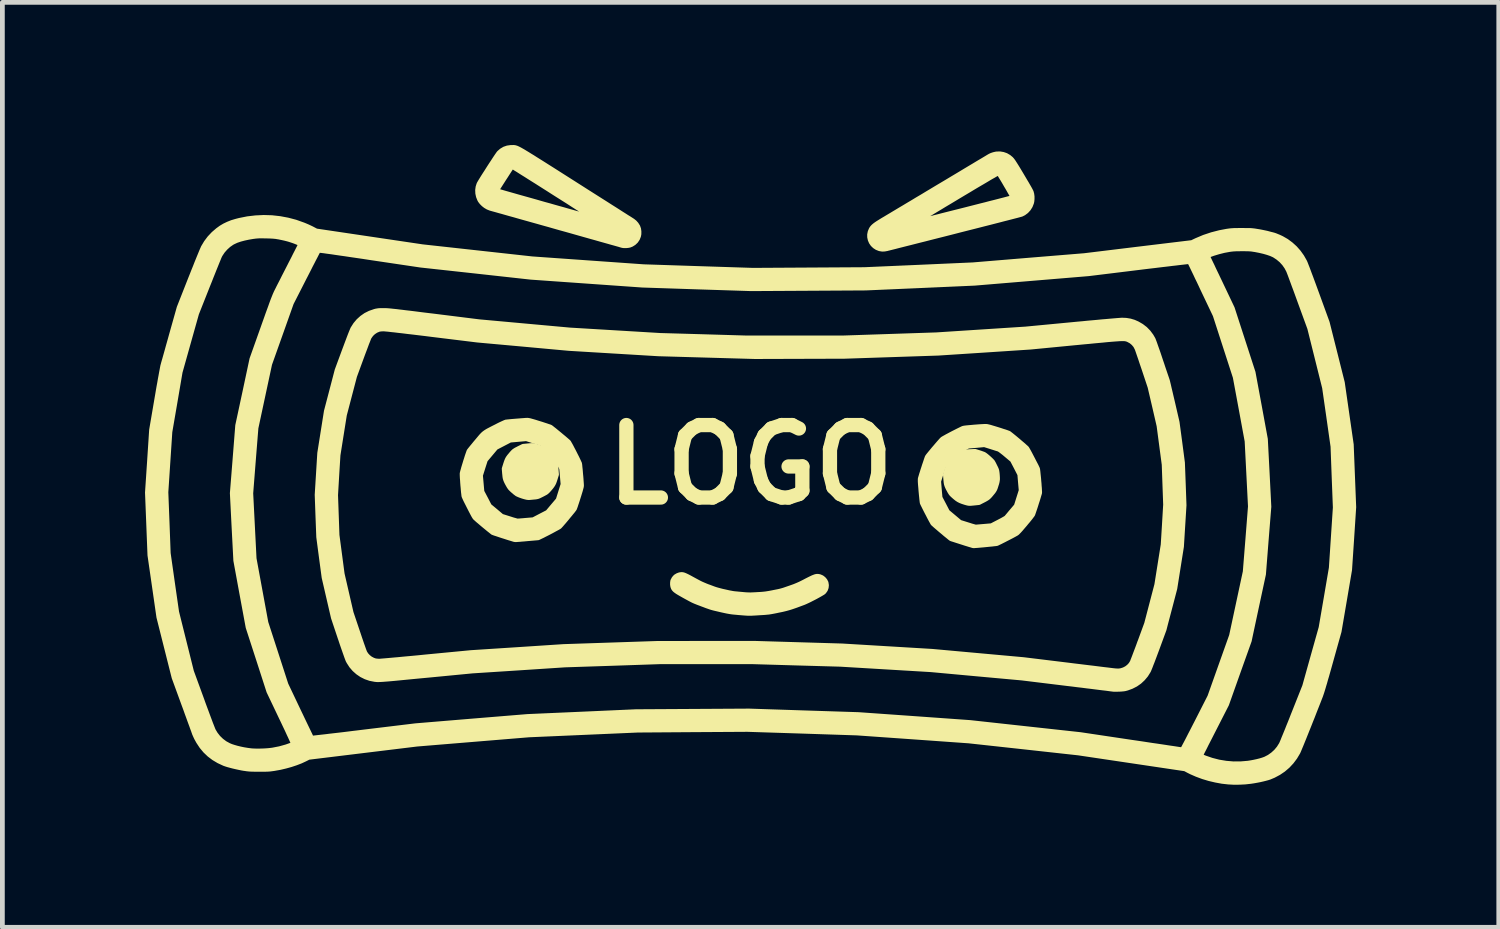
<source format=kicad_pcb>
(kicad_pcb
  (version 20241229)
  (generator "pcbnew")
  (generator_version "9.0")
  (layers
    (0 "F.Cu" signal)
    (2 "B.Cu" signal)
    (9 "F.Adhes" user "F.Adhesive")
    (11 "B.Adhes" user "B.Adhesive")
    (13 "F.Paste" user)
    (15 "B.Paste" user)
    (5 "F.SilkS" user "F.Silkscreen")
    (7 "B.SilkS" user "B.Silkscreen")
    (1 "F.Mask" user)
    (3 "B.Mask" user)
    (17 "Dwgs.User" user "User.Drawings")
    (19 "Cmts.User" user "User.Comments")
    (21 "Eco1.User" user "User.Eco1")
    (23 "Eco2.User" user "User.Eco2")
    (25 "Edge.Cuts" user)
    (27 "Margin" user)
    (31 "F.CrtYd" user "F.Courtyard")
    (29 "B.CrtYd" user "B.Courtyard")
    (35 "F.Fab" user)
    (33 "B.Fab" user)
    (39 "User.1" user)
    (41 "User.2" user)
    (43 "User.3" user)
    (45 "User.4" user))
  (footprint "LOGO"
    (layer "F.Cu")
    (at 12.736 6.724)
    (property "Reference" "LOGO" (at 0 0 0) (layer "F.SilkS") (effects (font (size 1.524 1.524) (thickness 0.3))))
    (attr through_hole)
    (fp_poly (pts (xy 5.193 0.275) (xy 5.193 0.309) (xy 5.189 0.339) (xy 5.183 0.371) (xy 5.173 0.407) (xy 5.169 0.418) (xy 5.156 0.46) (xy 5.145 0.493) (xy 5.133 0.52) (xy 5.119 0.544) (xy 5.101 0.57) (xy 5.076 0.6) (xy 5.063 0.616) (xy 5.037 0.647) (xy 5.015 0.67) (xy 4.995 0.689) (xy 4.973 0.705) (xy 4.947 0.721) (xy 4.914 0.739) (xy 4.879 0.757) (xy 4.803 0.796) (xy 4.709 0.806) (xy 4.667 0.81) (xy 4.636 0.813) (xy 4.611 0.814) (xy 4.591 0.813) (xy 4.572 0.81) (xy 4.551 0.805) (xy 4.525 0.798) (xy 4.505 0.792) (xy 4.453 0.775) (xy 4.41 0.758) (xy 4.373 0.739) (xy 4.338 0.716) (xy 4.302 0.687) (xy 4.282 0.67) (xy 4.253 0.644) (xy 4.231 0.623) (xy 4.214 0.603) (xy 4.199 0.58) (xy 4.182 0.552) (xy 4.177 0.541) (xy 4.154 0.5) (xy 4.138 0.466) (xy 4.126 0.436) (xy 4.117 0.407) (xy 4.111 0.375) (xy 4.107 0.337) (xy 4.104 0.304) (xy 4.096 0.204) (xy 4.121 0.124) (xy 4.135 0.079) (xy 4.147 0.044) (xy 4.159 0.016) (xy 4.172 -0.009) (xy 4.189 -0.034) (xy 4.211 -0.062) (xy 4.234 -0.09) (xy 4.298 -0.165) (xy 4.387 -0.213) (xy 4.427 -0.234) (xy 4.46 -0.249) (xy 4.49 -0.26) (xy 4.519 -0.268) (xy 4.553 -0.273) (xy 4.593 -0.276) (xy 4.635 -0.278) (xy 4.722 -0.282) (xy 4.806 -0.256) (xy 4.84 -0.245) (xy 4.87 -0.234) (xy 4.895 -0.225) (xy 4.91 -0.219) (xy 4.911 -0.218) (xy 4.928 -0.207) (xy 4.952 -0.189) (xy 4.98 -0.166) (xy 5.01 -0.14) (xy 5.038 -0.114) (xy 5.063 -0.09) (xy 5.082 -0.07) (xy 5.091 -0.059) (xy 5.101 -0.041) (xy 5.115 -0.016) (xy 5.13 0.015) (xy 5.144 0.043) (xy 5.16 0.076) (xy 5.171 0.102) (xy 5.178 0.124) (xy 5.182 0.147) (xy 5.186 0.176) (xy 5.187 0.186) (xy 5.191 0.236) (xy 5.193 0.275)) (stroke (width 0.1) (type solid)) (fill yes) (layer "F.SilkS"))
    (fp_poly (pts (xy -4.081 0.206) (xy -4.11 0.299) (xy -4.124 0.342) (xy -4.137 0.377) (xy -4.152 0.407) (xy -4.17 0.436) (xy -4.192 0.466) (xy -4.221 0.501) (xy -4.237 0.519) (xy -4.257 0.542) (xy -4.274 0.559) (xy -4.29 0.573) (xy -4.307 0.586) (xy -4.329 0.598) (xy -4.357 0.613) (xy -4.386 0.628) (xy -4.422 0.646) (xy -4.449 0.659) (xy -4.471 0.668) (xy -4.49 0.673) (xy -4.509 0.677) (xy -4.531 0.68) (xy -4.555 0.682) (xy -4.588 0.685) (xy -4.618 0.688) (xy -4.642 0.69) (xy -4.652 0.691) (xy -4.675 0.691) (xy -4.7 0.688) (xy -4.703 0.688) (xy -4.732 0.681) (xy -4.766 0.672) (xy -4.804 0.66) (xy -4.841 0.647) (xy -4.874 0.634) (xy -4.9 0.622) (xy -4.914 0.615) (xy -4.931 0.602) (xy -4.955 0.584) (xy -4.981 0.561) (xy -5.003 0.543) (xy -5.03 0.518) (xy -5.051 0.497) (xy -5.068 0.475) (xy -5.085 0.449) (xy -5.101 0.421) (xy -5.124 0.379) (xy -5.141 0.344) (xy -5.153 0.314) (xy -5.162 0.284) (xy -5.168 0.251) (xy -5.172 0.21) (xy -5.175 0.183) (xy -5.183 0.083) (xy -5.154 -0.01) (xy -5.14 -0.053) (xy -5.127 -0.088) (xy -5.113 -0.119) (xy -5.096 -0.147) (xy -5.074 -0.177) (xy -5.045 -0.211) (xy -5.028 -0.232) (xy -5.007 -0.255) (xy -4.99 -0.273) (xy -4.974 -0.287) (xy -4.956 -0.299) (xy -4.934 -0.313) (xy -4.904 -0.328) (xy -4.88 -0.341) (xy -4.785 -0.388) (xy -4.685 -0.398) (xy -4.645 -0.402) (xy -4.615 -0.404) (xy -4.591 -0.404) (xy -4.57 -0.403) (xy -4.547 -0.398) (xy -4.52 -0.391) (xy -4.485 -0.38) (xy -4.472 -0.376) (xy -4.43 -0.363) (xy -4.398 -0.352) (xy -4.372 -0.34) (xy -4.348 -0.326) (xy -4.323 -0.308) (xy -4.293 -0.283) (xy -4.283 -0.275) (xy -4.251 -0.247) (xy -4.226 -0.224) (xy -4.206 -0.203) (xy -4.19 -0.181) (xy -4.174 -0.155) (xy -4.156 -0.123) (xy -4.141 -0.091) (xy -4.097 -0.003) (xy -4.089 0.102) (xy -4.081 0.206)) (stroke (width 0.1) (type solid)) (fill yes) (layer "F.SilkS"))
    (fp_poly (pts (xy 1.596 2.534) (xy 1.591 2.583) (xy 1.575 2.628) (xy 1.546 2.669) (xy 1.538 2.677) (xy 1.523 2.689) (xy 1.497 2.705) (xy 1.461 2.726) (xy 1.415 2.752) (xy 1.36 2.782) (xy 1.333 2.796) (xy 1.278 2.824) (xy 1.233 2.847) (xy 1.193 2.866) (xy 1.156 2.883) (xy 1.119 2.899) (xy 1.079 2.914) (xy 1.033 2.931) (xy 0.979 2.951) (xy 0.966 2.956) (xy 0.909 2.976) (xy 0.862 2.992) (xy 0.821 3.005) (xy 0.783 3.016) (xy 0.746 3.026) (xy 0.706 3.036) (xy 0.66 3.047) (xy 0.605 3.058) (xy 0.585 3.062) (xy 0.529 3.074) (xy 0.483 3.083) (xy 0.445 3.09) (xy 0.41 3.096) (xy 0.378 3.101) (xy 0.344 3.104) (xy 0.305 3.108) (xy 0.26 3.111) (xy 0.205 3.114) (xy 0.191 3.115) (xy 0.131 3.119) (xy 0.082 3.122) (xy 0.041 3.124) (xy 0.007 3.126) (xy -0.023 3.126) (xy -0.052 3.126) (xy -0.082 3.124) (xy -0.115 3.122) (xy -0.154 3.119) (xy -0.202 3.115) (xy -0.251 3.111) (xy -0.304 3.106) (xy -0.349 3.102) (xy -0.387 3.098) (xy -0.422 3.093) (xy -0.457 3.087) (xy -0.495 3.08) (xy -0.538 3.071) (xy -0.589 3.06) (xy -0.628 3.051) (xy -0.687 3.037) (xy -0.735 3.026) (xy -0.776 3.016) (xy -0.813 3.006) (xy -0.848 2.995) (xy -0.885 2.982) (xy -0.926 2.968) (xy -0.975 2.949) (xy -1.008 2.937) (xy -1.06 2.917) (xy -1.103 2.901) (xy -1.138 2.887) (xy -1.168 2.875) (xy -1.195 2.863) (xy -1.221 2.851) (xy -1.248 2.837) (xy -1.278 2.821) (xy -1.315 2.801) (xy -1.359 2.777) (xy -1.404 2.752) (xy -1.459 2.721) (xy -1.504 2.695) (xy -1.54 2.673) (xy -1.567 2.654) (xy -1.589 2.637) (xy -1.605 2.621) (xy -1.617 2.606) (xy -1.626 2.59) (xy -1.637 2.56) (xy -1.643 2.522) (xy -1.643 2.483) (xy -1.639 2.449) (xy -1.635 2.437) (xy -1.611 2.392) (xy -1.578 2.355) (xy -1.535 2.329) (xy -1.497 2.315) (xy -1.477 2.311) (xy -1.459 2.309) (xy -1.44 2.309) (xy -1.42 2.312) (xy -1.397 2.319) (xy -1.369 2.331) (xy -1.335 2.347) (xy -1.294 2.368) (xy -1.243 2.396) (xy -1.208 2.415) (xy -1.153 2.445) (xy -1.106 2.47) (xy -1.066 2.491) (xy -1.028 2.509) (xy -0.991 2.525) (xy -0.951 2.542) (xy -0.906 2.56) (xy -0.872 2.572) (xy -0.816 2.593) (xy -0.768 2.611) (xy -0.725 2.625) (xy -0.682 2.637) (xy -0.637 2.649) (xy -0.586 2.662) (xy -0.548 2.67) (xy -0.495 2.682) (xy -0.45 2.692) (xy -0.411 2.699) (xy -0.374 2.706) (xy -0.336 2.711) (xy -0.292 2.715) (xy -0.241 2.72) (xy -0.207 2.723) (xy -0.153 2.728) (xy -0.109 2.732) (xy -0.072 2.734) (xy -0.04 2.735) (xy -0.008 2.736) (xy 0.026 2.735) (xy 0.064 2.733) (xy 0.111 2.731) (xy 0.14 2.729) (xy 0.196 2.726) (xy 0.242 2.723) (xy 0.281 2.719) (xy 0.318 2.715) (xy 0.356 2.709) (xy 0.398 2.702) (xy 0.447 2.693) (xy 0.481 2.686) (xy 0.536 2.675) (xy 0.582 2.666) (xy 0.622 2.657) (xy 0.659 2.647) (xy 0.697 2.636) (xy 0.738 2.622) (xy 0.787 2.605) (xy 0.822 2.593) (xy 0.876 2.574) (xy 0.921 2.558) (xy 0.96 2.542) (xy 0.998 2.526) (xy 1.036 2.509) (xy 1.077 2.489) (xy 1.125 2.465) (xy 1.168 2.442) (xy 1.225 2.413) (xy 1.272 2.39) (xy 1.31 2.372) (xy 1.341 2.36) (xy 1.366 2.351) (xy 1.388 2.347) (xy 1.408 2.346) (xy 1.428 2.348) (xy 1.448 2.352) (xy 1.46 2.356) (xy 1.499 2.373) (xy 1.535 2.401) (xy 1.565 2.436) (xy 1.585 2.474) (xy 1.588 2.483) (xy 1.596 2.534)) (stroke (width 0.1) (type solid)) (fill yes) (layer "F.SilkS"))
    (fp_poly (pts (xy 5.921 -5.588) (xy 5.916 -5.537) (xy 5.909 -5.507) (xy 5.883 -5.441) (xy 5.846 -5.382) (xy 5.8 -5.332) (xy 5.745 -5.291) (xy 5.7 -5.268) (xy 5.691 -5.265) (xy 5.669 -5.259) (xy 5.636 -5.25) (xy 5.591 -5.238) (xy 5.536 -5.224) (xy 5.517 -5.219) (xy 5.517 -5.622) (xy 5.515 -5.628) (xy 5.507 -5.645) (xy 5.493 -5.67) (xy 5.475 -5.702) (xy 5.453 -5.74) (xy 5.429 -5.783) (xy 5.403 -5.828) (xy 5.375 -5.875) (xy 5.348 -5.922) (xy 5.321 -5.968) (xy 5.295 -6.011) (xy 5.271 -6.05) (xy 5.251 -6.083) (xy 5.234 -6.11) (xy 5.223 -6.128) (xy 5.217 -6.135) (xy 5.214 -6.135) (xy 5.208 -6.134) (xy 5.198 -6.129) (xy 5.183 -6.122) (xy 5.164 -6.112) (xy 5.139 -6.098) (xy 5.109 -6.08) (xy 5.071 -6.059) (xy 5.027 -6.034) (xy 4.976 -6.003) (xy 4.917 -5.968) (xy 4.849 -5.928) (xy 4.772 -5.883) (xy 4.686 -5.832) (xy 4.59 -5.774) (xy 4.484 -5.711) (xy 4.367 -5.641) (xy 4.357 -5.635) (xy 4.259 -5.576) (xy 4.164 -5.519) (xy 4.073 -5.465) (xy 3.986 -5.412) (xy 3.904 -5.363) (xy 3.828 -5.317) (xy 3.758 -5.275) (xy 3.694 -5.237) (xy 3.639 -5.204) (xy 3.591 -5.175) (xy 3.553 -5.151) (xy 3.524 -5.134) (xy 3.505 -5.122) (xy 3.496 -5.116) (xy 3.496 -5.116) (xy 3.491 -5.109) (xy 3.495 -5.107) (xy 3.502 -5.108) (xy 3.521 -5.113) (xy 3.552 -5.121) (xy 3.594 -5.131) (xy 3.647 -5.144) (xy 3.708 -5.16) (xy 3.778 -5.177) (xy 3.857 -5.197) (xy 3.942 -5.218) (xy 4.034 -5.242) (xy 4.133 -5.267) (xy 4.236 -5.293) (xy 4.344 -5.32) (xy 4.455 -5.348) (xy 4.507 -5.361) (xy 4.62 -5.39) (xy 4.73 -5.418) (xy 4.835 -5.445) (xy 4.936 -5.47) (xy 5.03 -5.495) (xy 5.119 -5.517) (xy 5.201 -5.538) (xy 5.274 -5.557) (xy 5.34 -5.574) (xy 5.396 -5.589) (xy 5.442 -5.601) (xy 5.478 -5.611) (xy 5.503 -5.617) (xy 5.516 -5.621) (xy 5.517 -5.622) (xy 5.517 -5.219) (xy 5.471 -5.207) (xy 5.397 -5.188) (xy 5.314 -5.167) (xy 5.223 -5.143) (xy 5.125 -5.118) (xy 5.02 -5.091) (xy 4.909 -5.063) (xy 4.792 -5.033) (xy 4.67 -5.002) (xy 4.543 -4.97) (xy 4.413 -4.937) (xy 4.297 -4.907) (xy 4.164 -4.873) (xy 4.034 -4.84) (xy 3.907 -4.808) (xy 3.785 -4.777) (xy 3.668 -4.747) (xy 3.556 -4.719) (xy 3.45 -4.692) (xy 3.352 -4.667) (xy 3.26 -4.644) (xy 3.177 -4.623) (xy 3.102 -4.604) (xy 3.037 -4.587) (xy 2.981 -4.573) (xy 2.936 -4.562) (xy 2.902 -4.553) (xy 2.88 -4.548) (xy 2.871 -4.545) (xy 2.817 -4.535) (xy 2.769 -4.533) (xy 2.722 -4.541) (xy 2.714 -4.542) (xy 2.658 -4.564) (xy 2.61 -4.595) (xy 2.569 -4.634) (xy 2.537 -4.68) (xy 2.515 -4.731) (xy 2.503 -4.785) (xy 2.502 -4.84) (xy 2.513 -4.896) (xy 2.534 -4.946) (xy 2.545 -4.966) (xy 2.558 -4.984) (xy 2.573 -5.001) (xy 2.592 -5.019) (xy 2.615 -5.038) (xy 2.645 -5.06) (xy 2.683 -5.085) (xy 2.728 -5.113) (xy 2.783 -5.147) (xy 2.831 -5.175) (xy 2.859 -5.192) (xy 2.899 -5.216) (xy 2.948 -5.245) (xy 3.006 -5.28) (xy 3.073 -5.32) (xy 3.148 -5.365) (xy 3.229 -5.413) (xy 3.317 -5.466) (xy 3.41 -5.521) (xy 3.507 -5.58) (xy 3.609 -5.64) (xy 3.713 -5.703) (xy 3.82 -5.767) (xy 3.928 -5.832) (xy 4.024 -5.889) (xy 4.13 -5.952) (xy 4.233 -6.014) (xy 4.332 -6.073) (xy 4.427 -6.13) (xy 4.518 -6.185) (xy 4.603 -6.236) (xy 4.682 -6.283) (xy 4.755 -6.327) (xy 4.82 -6.366) (xy 4.878 -6.4) (xy 4.928 -6.43) (xy 4.968 -6.454) (xy 4.999 -6.473) (xy 5.02 -6.485) (xy 5.03 -6.491) (xy 5.031 -6.492) (xy 5.068 -6.509) (xy 5.113 -6.524) (xy 5.161 -6.535) (xy 5.177 -6.537) (xy 5.244 -6.539) (xy 5.31 -6.528) (xy 5.373 -6.506) (xy 5.431 -6.472) (xy 5.477 -6.434) (xy 5.487 -6.423) (xy 5.498 -6.411) (xy 5.51 -6.395) (xy 5.524 -6.376) (xy 5.54 -6.351) (xy 5.56 -6.32) (xy 5.584 -6.282) (xy 5.612 -6.237) (xy 5.645 -6.182) (xy 5.684 -6.117) (xy 5.703 -6.085) (xy 5.738 -6.026) (xy 5.772 -5.968) (xy 5.804 -5.915) (xy 5.832 -5.866) (xy 5.857 -5.823) (xy 5.877 -5.787) (xy 5.891 -5.76) (xy 5.9 -5.742) (xy 5.902 -5.738) (xy 5.914 -5.694) (xy 5.921 -5.642) (xy 5.921 -5.588)) (stroke (width 0.1) (type solid)) (fill yes) (layer "F.SilkS"))
    (fp_poly (pts (xy -2.347 -4.905) (xy -2.348 -4.85) (xy -2.356 -4.809) (xy -2.378 -4.754) (xy -2.411 -4.705) (xy -2.454 -4.664) (xy -2.503 -4.633) (xy -2.546 -4.616) (xy -2.573 -4.611) (xy -2.606 -4.607) (xy -2.641 -4.606) (xy -2.673 -4.607) (xy -2.698 -4.611) (xy -2.7 -4.612) (xy -2.709 -4.614) (xy -2.73 -4.62) (xy -2.762 -4.63) (xy -2.805 -4.642) (xy -2.858 -4.657) (xy -2.92 -4.674) (xy -2.99 -4.694) (xy -3.068 -4.716) (xy -3.154 -4.74) (xy -3.245 -4.766) (xy -3.323 -4.788) (xy -3.323 -5.198) (xy -3.323 -5.2) (xy -3.329 -5.204) (xy -3.345 -5.215) (xy -3.372 -5.233) (xy -3.407 -5.256) (xy -3.45 -5.284) (xy -3.501 -5.316) (xy -3.559 -5.353) (xy -3.623 -5.394) (xy -3.692 -5.438) (xy -3.765 -5.485) (xy -3.842 -5.535) (xy -3.923 -5.586) (xy -4.005 -5.638) (xy -4.089 -5.691) (xy -4.174 -5.745) (xy -4.258 -5.799) (xy -4.342 -5.852) (xy -4.424 -5.904) (xy -4.504 -5.955) (xy -4.581 -6.003) (xy -4.654 -6.049) (xy -4.723 -6.093) (xy -4.786 -6.132) (xy -4.843 -6.168) (xy -4.893 -6.2) (xy -4.936 -6.226) (xy -4.97 -6.248) (xy -4.996 -6.263) (xy -5.011 -6.272) (xy -5.016 -6.275) (xy -5.021 -6.269) (xy -5.032 -6.253) (xy -5.049 -6.227) (xy -5.07 -6.195) (xy -5.096 -6.155) (xy -5.125 -6.11) (xy -5.157 -6.06) (xy -5.184 -6.019) (xy -5.346 -5.765) (xy -5.328 -5.759) (xy -5.32 -5.756) (xy -5.299 -5.751) (xy -5.268 -5.742) (xy -5.226 -5.73) (xy -5.175 -5.715) (xy -5.115 -5.698) (xy -5.048 -5.679) (xy -4.974 -5.658) (xy -4.894 -5.635) (xy -4.808 -5.611) (xy -4.719 -5.586) (xy -4.626 -5.56) (xy -4.53 -5.533) (xy -4.433 -5.505) (xy -4.335 -5.477) (xy -4.236 -5.45) (xy -4.139 -5.422) (xy -4.043 -5.395) (xy -3.949 -5.369) (xy -3.859 -5.343) (xy -3.773 -5.319) (xy -3.692 -5.296) (xy -3.617 -5.275) (xy -3.549 -5.256) (xy -3.488 -5.239) (xy -3.436 -5.224) (xy -3.393 -5.212) (xy -3.36 -5.203) (xy -3.337 -5.197) (xy -3.327 -5.194) (xy -3.327 -5.194) (xy -3.323 -5.198) (xy -3.323 -4.788) (xy -3.342 -4.793) (xy -3.444 -4.822) (xy -3.55 -4.852) (xy -3.66 -4.883) (xy -3.772 -4.915) (xy -3.886 -4.947) (xy -4.002 -4.979) (xy -4.118 -5.012) (xy -4.233 -5.045) (xy -4.348 -5.077) (xy -4.461 -5.109) (xy -4.572 -5.14) (xy -4.679 -5.17) (xy -4.783 -5.199) (xy -4.882 -5.227) (xy -4.976 -5.254) (xy -5.064 -5.278) (xy -5.145 -5.301) (xy -5.218 -5.322) (xy -5.284 -5.34) (xy -5.34 -5.356) (xy -5.387 -5.369) (xy -5.423 -5.379) (xy -5.449 -5.386) (xy -5.462 -5.39) (xy -5.464 -5.39) (xy -5.48 -5.396) (xy -5.503 -5.405) (xy -5.529 -5.416) (xy -5.534 -5.419) (xy -5.576 -5.444) (xy -5.618 -5.477) (xy -5.656 -5.515) (xy -5.687 -5.555) (xy -5.7 -5.579) (xy -5.725 -5.642) (xy -5.739 -5.708) (xy -5.742 -5.776) (xy -5.733 -5.842) (xy -5.714 -5.901) (xy -5.707 -5.915) (xy -5.693 -5.939) (xy -5.674 -5.971) (xy -5.65 -6.01) (xy -5.622 -6.055) (xy -5.591 -6.104) (xy -5.557 -6.156) (xy -5.523 -6.21) (xy -5.488 -6.265) (xy -5.453 -6.319) (xy -5.419 -6.37) (xy -5.388 -6.418) (xy -5.359 -6.462) (xy -5.334 -6.499) (xy -5.314 -6.528) (xy -5.299 -6.549) (xy -5.29 -6.56) (xy -5.237 -6.606) (xy -5.178 -6.641) (xy -5.114 -6.663) (xy -5.044 -6.673) (xy -5.02 -6.673) (xy -5.007 -6.673) (xy -4.996 -6.674) (xy -4.985 -6.674) (xy -4.975 -6.673) (xy -4.964 -6.672) (xy -4.953 -6.67) (xy -4.94 -6.666) (xy -4.926 -6.662) (xy -4.909 -6.655) (xy -4.89 -6.646) (xy -4.868 -6.635) (xy -4.842 -6.621) (xy -4.812 -6.604) (xy -4.777 -6.584) (xy -4.738 -6.56) (xy -4.693 -6.533) (xy -4.642 -6.501) (xy -4.584 -6.466) (xy -4.52 -6.425) (xy -4.448 -6.38) (xy -4.368 -6.33) (xy -4.28 -6.274) (xy -4.183 -6.213) (xy -4.076 -6.145) (xy -3.96 -6.071) (xy -3.834 -5.991) (xy -3.697 -5.904) (xy -3.677 -5.891) (xy -3.562 -5.818) (xy -3.451 -5.747) (xy -3.342 -5.678) (xy -3.238 -5.612) (xy -3.137 -5.548) (xy -3.042 -5.488) (xy -2.953 -5.431) (xy -2.869 -5.378) (xy -2.792 -5.329) (xy -2.722 -5.284) (xy -2.66 -5.245) (xy -2.606 -5.21) (xy -2.56 -5.182) (xy -2.524 -5.159) (xy -2.498 -5.142) (xy -2.482 -5.132) (xy -2.478 -5.129) (xy -2.439 -5.098) (xy -2.404 -5.059) (xy -2.376 -5.015) (xy -2.371 -5.006) (xy -2.354 -4.958) (xy -2.347 -4.905)) (stroke (width 0.1) (type solid)) (fill yes) (layer "F.SilkS"))
    (fp_poly (pts (xy -3.556 0.436) (xy -3.557 0.451) (xy -3.561 0.473) (xy -3.569 0.502) (xy -3.579 0.54) (xy -3.594 0.589) (xy -3.612 0.648) (xy -3.624 0.685) (xy -3.64 0.737) (xy -3.656 0.786) (xy -3.671 0.83) (xy -3.683 0.868) (xy -3.694 0.898) (xy -3.701 0.917) (xy -3.704 0.924) (xy -3.711 0.934) (xy -3.725 0.953) (xy -3.745 0.979) (xy -3.771 1.01) (xy -3.8 1.046) (xy -3.832 1.084) (xy -3.864 1.124) (xy -3.897 1.163) (xy -3.928 1.2) (xy -3.945 1.219) (xy -3.945 0.411) (xy -3.96 0.244) (xy -3.975 0.076) (xy -4.053 -0.074) (xy -4.131 -0.225) (xy -4.263 -0.335) (xy -4.395 -0.446) (xy -4.556 -0.496) (xy -4.717 -0.547) (xy -4.887 -0.532) (xy -5.057 -0.517) (xy -5.207 -0.439) (xy -5.357 -0.361) (xy -5.467 -0.23) (xy -5.577 -0.099) (xy -5.629 0.063) (xy -5.68 0.225) (xy -5.665 0.395) (xy -5.65 0.565) (xy -5.571 0.715) (xy -5.493 0.866) (xy -5.363 0.974) (xy -5.234 1.083) (xy -5.078 1.132) (xy -5.034 1.146) (xy -4.993 1.159) (xy -4.957 1.169) (xy -4.928 1.177) (xy -4.908 1.182) (xy -4.901 1.183) (xy -4.889 1.182) (xy -4.865 1.181) (xy -4.832 1.178) (xy -4.793 1.175) (xy -4.749 1.171) (xy -4.725 1.169) (xy -4.57 1.156) (xy -4.419 1.077) (xy -4.268 0.999) (xy -4.158 0.868) (xy -4.047 0.737) (xy -3.996 0.574) (xy -3.945 0.411) (xy -3.945 1.219) (xy -3.957 1.233) (xy -3.982 1.262) (xy -4.002 1.284) (xy -4.015 1.298) (xy -4.018 1.301) (xy -4.028 1.308) (xy -4.048 1.32) (xy -4.077 1.336) (xy -4.113 1.355) (xy -4.153 1.377) (xy -4.197 1.401) (xy -4.243 1.425) (xy -4.288 1.448) (xy -4.332 1.47) (xy -4.372 1.491) (xy -4.406 1.507) (xy -4.468 1.537) (xy -4.699 1.557) (xy -4.763 1.563) (xy -4.815 1.567) (xy -4.856 1.571) (xy -4.889 1.573) (xy -4.913 1.575) (xy -4.932 1.576) (xy -4.945 1.576) (xy -4.955 1.575) (xy -4.963 1.574) (xy -4.97 1.573) (xy -4.984 1.569) (xy -5.009 1.561) (xy -5.042 1.551) (xy -5.082 1.539) (xy -5.126 1.525) (xy -5.172 1.51) (xy -5.22 1.495) (xy -5.266 1.48) (xy -5.31 1.465) (xy -5.349 1.452) (xy -5.381 1.442) (xy -5.405 1.433) (xy -5.418 1.428) (xy -5.42 1.428) (xy -5.43 1.421) (xy -5.449 1.406) (xy -5.475 1.385) (xy -5.507 1.36) (xy -5.543 1.33) (xy -5.581 1.299) (xy -5.621 1.266) (xy -5.66 1.233) (xy -5.697 1.201) (xy -5.731 1.173) (xy -5.759 1.148) (xy -5.781 1.128) (xy -5.795 1.115) (xy -5.799 1.111) (xy -5.807 1.098) (xy -5.821 1.076) (xy -5.838 1.045) (xy -5.858 1.007) (xy -5.88 0.965) (xy -5.903 0.92) (xy -5.927 0.873) (xy -5.95 0.827) (xy -5.972 0.784) (xy -5.992 0.744) (xy -6.008 0.71) (xy -6.02 0.683) (xy -6.027 0.666) (xy -6.029 0.662) (xy -6.032 0.644) (xy -6.035 0.615) (xy -6.04 0.577) (xy -6.044 0.532) (xy -6.048 0.483) (xy -6.053 0.432) (xy -6.057 0.38) (xy -6.06 0.33) (xy -6.064 0.283) (xy -6.066 0.243) (xy -6.067 0.211) (xy -6.067 0.189) (xy -6.067 0.184) (xy -6.064 0.169) (xy -6.058 0.143) (xy -6.048 0.109) (xy -6.037 0.067) (xy -6.023 0.021) (xy -6.008 -0.028) (xy -5.993 -0.078) (xy -5.977 -0.127) (xy -5.963 -0.173) (xy -5.949 -0.214) (xy -5.937 -0.248) (xy -5.928 -0.274) (xy -5.922 -0.288) (xy -5.915 -0.298) (xy -5.901 -0.316) (xy -5.881 -0.341) (xy -5.855 -0.373) (xy -5.824 -0.41) (xy -5.791 -0.451) (xy -5.763 -0.484) (xy -5.726 -0.528) (xy -5.695 -0.565) (xy -5.669 -0.596) (xy -5.646 -0.621) (xy -5.624 -0.643) (xy -5.603 -0.661) (xy -5.58 -0.678) (xy -5.554 -0.695) (xy -5.524 -0.713) (xy -5.488 -0.732) (xy -5.444 -0.755) (xy -5.391 -0.782) (xy -5.347 -0.804) (xy -5.299 -0.829) (xy -5.254 -0.851) (xy -5.215 -0.869) (xy -5.182 -0.884) (xy -5.158 -0.894) (xy -5.144 -0.899) (xy -5.144 -0.899) (xy -5.125 -0.901) (xy -5.095 -0.904) (xy -5.057 -0.908) (xy -5.013 -0.912) (xy -4.964 -0.916) (xy -4.914 -0.92) (xy -4.864 -0.924) (xy -4.817 -0.928) (xy -4.774 -0.931) (xy -4.738 -0.934) (xy -4.712 -0.935) (xy -4.697 -0.936) (xy -4.683 -0.935) (xy -4.665 -0.932) (xy -4.643 -0.928) (xy -4.615 -0.92) (xy -4.579 -0.91) (xy -4.534 -0.897) (xy -4.478 -0.879) (xy -4.442 -0.868) (xy -4.39 -0.852) (xy -4.342 -0.836) (xy -4.298 -0.822) (xy -4.261 -0.809) (xy -4.232 -0.8) (xy -4.214 -0.793) (xy -4.208 -0.79) (xy -4.199 -0.784) (xy -4.181 -0.77) (xy -4.156 -0.75) (xy -4.125 -0.726) (xy -4.09 -0.697) (xy -4.052 -0.666) (xy -4.013 -0.634) (xy -3.974 -0.601) (xy -3.936 -0.57) (xy -3.902 -0.541) (xy -3.873 -0.516) (xy -3.85 -0.496) (xy -3.834 -0.482) (xy -3.828 -0.476) (xy -3.821 -0.466) (xy -3.809 -0.444) (xy -3.792 -0.415) (xy -3.772 -0.378) (xy -3.751 -0.337) (xy -3.727 -0.292) (xy -3.703 -0.245) (xy -3.68 -0.199) (xy -3.657 -0.154) (xy -3.637 -0.113) (xy -3.62 -0.077) (xy -3.607 -0.048) (xy -3.598 -0.029) (xy -3.596 -0.02) (xy -3.593 -0.005) (xy -3.59 0.021) (xy -3.587 0.056) (xy -3.582 0.099) (xy -3.578 0.146) (xy -3.574 0.196) (xy -3.569 0.246) (xy -3.565 0.295) (xy -3.562 0.34) (xy -3.559 0.38) (xy -3.557 0.411) (xy -3.556 0.433) (xy -3.556 0.436)) (stroke (width 0.1) (type solid)) (fill yes) (layer "F.SilkS"))
    (fp_poly (pts (xy 6.079 0.583) (xy 6.079 0.591) (xy 6.075 0.607) (xy 6.067 0.633) (xy 6.057 0.667) (xy 6.045 0.708) (xy 6.031 0.753) (xy 6.015 0.801) (xy 6 0.85) (xy 5.985 0.897) (xy 5.97 0.941) (xy 5.957 0.98) (xy 5.946 1.012) (xy 5.938 1.035) (xy 5.933 1.047) (xy 5.933 1.047) (xy 5.925 1.059) (xy 5.91 1.079) (xy 5.889 1.107) (xy 5.862 1.141) (xy 5.831 1.179) (xy 5.796 1.22) (xy 5.771 1.251) (xy 5.728 1.301) (xy 5.693 1.342) (xy 5.69 1.346) (xy 5.69 0.54) (xy 5.675 0.372) (xy 5.661 0.204) (xy 5.583 0.052) (xy 5.504 -0.099) (xy 5.372 -0.21) (xy 5.334 -0.242) (xy 5.298 -0.27) (xy 5.267 -0.294) (xy 5.242 -0.312) (xy 5.225 -0.323) (xy 5.219 -0.326) (xy 5.206 -0.33) (xy 5.183 -0.337) (xy 5.151 -0.347) (xy 5.114 -0.359) (xy 5.072 -0.372) (xy 5.057 -0.377) (xy 4.916 -0.421) (xy 4.746 -0.405) (xy 4.575 -0.39) (xy 4.428 -0.313) (xy 4.281 -0.236) (xy 4.176 -0.113) (xy 4.146 -0.078) (xy 4.118 -0.045) (xy 4.095 -0.016) (xy 4.077 0.006) (xy 4.065 0.022) (xy 4.061 0.027) (xy 4.057 0.038) (xy 4.049 0.059) (xy 4.039 0.09) (xy 4.027 0.127) (xy 4.013 0.169) (xy 4.004 0.197) (xy 3.956 0.351) (xy 3.97 0.521) (xy 3.985 0.691) (xy 4.063 0.84) (xy 4.141 0.99) (xy 4.272 1.1) (xy 4.403 1.21) (xy 4.559 1.259) (xy 4.604 1.273) (xy 4.644 1.286) (xy 4.68 1.296) (xy 4.708 1.304) (xy 4.726 1.309) (xy 4.732 1.31) (xy 4.744 1.309) (xy 4.766 1.308) (xy 4.798 1.305) (xy 4.836 1.302) (xy 4.88 1.298) (xy 4.908 1.296) (xy 5.066 1.282) (xy 5.215 1.205) (xy 5.257 1.183) (xy 5.295 1.163) (xy 5.328 1.144) (xy 5.354 1.129) (xy 5.371 1.118) (xy 5.377 1.113) (xy 5.386 1.104) (xy 5.401 1.086) (xy 5.422 1.061) (xy 5.447 1.031) (xy 5.475 0.997) (xy 5.489 0.981) (xy 5.588 0.864) (xy 5.639 0.702) (xy 5.69 0.54) (xy 5.69 1.346) (xy 5.664 1.375) (xy 5.641 1.4) (xy 5.622 1.419) (xy 5.607 1.434) (xy 5.594 1.443) (xy 5.587 1.448) (xy 5.567 1.459) (xy 5.538 1.475) (xy 5.503 1.494) (xy 5.463 1.515) (xy 5.42 1.537) (xy 5.375 1.56) (xy 5.331 1.583) (xy 5.289 1.604) (xy 5.252 1.623) (xy 5.22 1.638) (xy 5.196 1.65) (xy 5.182 1.656) (xy 5.18 1.657) (xy 5.169 1.659) (xy 5.147 1.662) (xy 5.116 1.665) (xy 5.076 1.67) (xy 5.031 1.674) (xy 4.983 1.679) (xy 4.932 1.684) (xy 4.882 1.689) (xy 4.834 1.693) (xy 4.79 1.697) (xy 4.752 1.7) (xy 4.721 1.702) (xy 4.701 1.704) (xy 4.693 1.704) (xy 4.677 1.702) (xy 4.669 1.7) (xy 4.656 1.696) (xy 4.634 1.689) (xy 4.602 1.68) (xy 4.564 1.668) (xy 4.521 1.655) (xy 4.475 1.64) (xy 4.428 1.625) (xy 4.381 1.61) (xy 4.337 1.596) (xy 4.297 1.583) (xy 4.263 1.572) (xy 4.237 1.564) (xy 4.22 1.558) (xy 4.215 1.556) (xy 4.205 1.549) (xy 4.187 1.535) (xy 4.162 1.514) (xy 4.131 1.489) (xy 4.095 1.46) (xy 4.058 1.428) (xy 4.018 1.395) (xy 3.979 1.362) (xy 3.942 1.33) (xy 3.908 1.301) (xy 3.878 1.275) (xy 3.855 1.254) (xy 3.838 1.239) (xy 3.831 1.231) (xy 3.824 1.219) (xy 3.812 1.197) (xy 3.795 1.167) (xy 3.776 1.131) (xy 3.754 1.09) (xy 3.732 1.046) (xy 3.708 1.001) (xy 3.685 0.956) (xy 3.664 0.914) (xy 3.645 0.876) (xy 3.629 0.844) (xy 3.617 0.819) (xy 3.61 0.804) (xy 3.609 0.8) (xy 3.607 0.789) (xy 3.604 0.766) (xy 3.6 0.732) (xy 3.596 0.691) (xy 3.591 0.643) (xy 3.586 0.591) (xy 3.582 0.548) (xy 3.577 0.483) (xy 3.572 0.429) (xy 3.569 0.387) (xy 3.567 0.353) (xy 3.567 0.328) (xy 3.567 0.309) (xy 3.568 0.295) (xy 3.569 0.289) (xy 3.575 0.268) (xy 3.584 0.238) (xy 3.595 0.2) (xy 3.609 0.157) (xy 3.623 0.111) (xy 3.639 0.063) (xy 3.654 0.015) (xy 3.67 -0.031) (xy 3.684 -0.073) (xy 3.696 -0.11) (xy 3.706 -0.138) (xy 3.713 -0.158) (xy 3.717 -0.165) (xy 3.725 -0.177) (xy 3.74 -0.197) (xy 3.762 -0.224) (xy 3.789 -0.257) (xy 3.819 -0.293) (xy 3.851 -0.332) (xy 3.885 -0.371) (xy 3.918 -0.41) (xy 3.949 -0.446) (xy 3.977 -0.478) (xy 4.001 -0.505) (xy 4.02 -0.526) (xy 4.032 -0.537) (xy 4.033 -0.539) (xy 4.046 -0.547) (xy 4.068 -0.56) (xy 4.099 -0.577) (xy 4.136 -0.598) (xy 4.178 -0.62) (xy 4.223 -0.644) (xy 4.269 -0.668) (xy 4.315 -0.691) (xy 4.358 -0.713) (xy 4.397 -0.732) (xy 4.431 -0.749) (xy 4.456 -0.761) (xy 4.472 -0.767) (xy 4.475 -0.768) (xy 4.491 -0.771) (xy 4.518 -0.775) (xy 4.555 -0.779) (xy 4.598 -0.783) (xy 4.647 -0.787) (xy 4.698 -0.792) (xy 4.75 -0.796) (xy 4.8 -0.8) (xy 4.847 -0.803) (xy 4.888 -0.805) (xy 4.922 -0.807) (xy 4.945 -0.807) (xy 4.953 -0.807) (xy 4.972 -0.805) (xy 5 -0.799) (xy 5.036 -0.79) (xy 5.082 -0.776) (xy 5.139 -0.759) (xy 5.204 -0.739) (xy 5.255 -0.723) (xy 5.302 -0.707) (xy 5.345 -0.694) (xy 5.38 -0.682) (xy 5.407 -0.672) (xy 5.424 -0.666) (xy 5.429 -0.664) (xy 5.44 -0.657) (xy 5.459 -0.642) (xy 5.486 -0.621) (xy 5.518 -0.595) (xy 5.555 -0.565) (xy 5.593 -0.533) (xy 5.633 -0.5) (xy 5.672 -0.466) (xy 5.709 -0.435) (xy 5.743 -0.406) (xy 5.771 -0.38) (xy 5.793 -0.361) (xy 5.807 -0.347) (xy 5.81 -0.344) (xy 5.817 -0.332) (xy 5.83 -0.31) (xy 5.847 -0.28) (xy 5.867 -0.243) (xy 5.889 -0.201) (xy 5.912 -0.157) (xy 5.936 -0.111) (xy 5.959 -0.066) (xy 5.981 -0.024) (xy 6.001 0.014) (xy 6.017 0.047) (xy 6.028 0.071) (xy 6.035 0.086) (xy 6.035 0.087) (xy 6.038 0.099) (xy 6.041 0.123) (xy 6.045 0.157) (xy 6.049 0.198) (xy 6.054 0.244) (xy 6.059 0.294) (xy 6.063 0.346) (xy 6.068 0.397) (xy 6.071 0.446) (xy 6.075 0.491) (xy 6.077 0.53) (xy 6.079 0.561) (xy 6.079 0.583)) (stroke (width 0.1) (type solid)) (fill yes) (layer "F.SilkS"))
    (fp_poly (pts (xy 9.117 0.852) (xy 9.09 1.287) (xy 9.063 1.721) (xy 8.993 2.162) (xy 8.923 2.603) (xy 8.81 3.035) (xy 8.727 3.349) (xy 8.727 0.839) (xy 8.712 0.418) (xy 8.697 -0.003) (xy 8.643 -0.411) (xy 8.589 -0.819) (xy 8.495 -1.227) (xy 8.4 -1.634) (xy 8.272 -2.019) (xy 8.248 -2.089) (xy 8.225 -2.156) (xy 8.204 -2.22) (xy 8.184 -2.278) (xy 8.166 -2.33) (xy 8.151 -2.374) (xy 8.139 -2.409) (xy 8.13 -2.434) (xy 8.125 -2.446) (xy 8.095 -2.504) (xy 8.053 -2.554) (xy 8.003 -2.596) (xy 7.944 -2.628) (xy 7.93 -2.634) (xy 7.919 -2.638) (xy 7.909 -2.641) (xy 7.898 -2.644) (xy 7.886 -2.646) (xy 7.872 -2.648) (xy 7.856 -2.65) (xy 7.837 -2.65) (xy 7.813 -2.65) (xy 7.785 -2.649) (xy 7.752 -2.648) (xy 7.714 -2.645) (xy 7.668 -2.642) (xy 7.616 -2.638) (xy 7.555 -2.633) (xy 7.487 -2.627) (xy 7.409 -2.619) (xy 7.321 -2.611) (xy 7.222 -2.602) (xy 7.113 -2.591) (xy 6.992 -2.58) (xy 6.858 -2.567) (xy 6.825 -2.564) (xy 5.885 -2.473) (xy 4.916 -2.409) (xy 3.947 -2.346) (xy 2.961 -2.313) (xy 1.975 -2.28) (xy 1.033 -2.277) (xy 0.09 -2.274) (xy -0.922 -2.303) (xy -1.935 -2.332) (xy -2.88 -2.389) (xy -3.825 -2.446) (xy -4.785 -2.534) (xy -5.745 -2.621) (xy -6.698 -2.738) (xy -6.84 -2.756) (xy -6.974 -2.772) (xy -7.097 -2.787) (xy -7.211 -2.8) (xy -7.314 -2.813) (xy -7.406 -2.823) (xy -7.487 -2.833) (xy -7.557 -2.84) (xy -7.614 -2.847) (xy -7.66 -2.851) (xy -7.693 -2.854) (xy -7.714 -2.856) (xy -7.717 -2.856) (xy -7.768 -2.854) (xy -7.807 -2.849) (xy -7.821 -2.845) (xy -7.879 -2.821) (xy -7.933 -2.785) (xy -7.979 -2.741) (xy -8.016 -2.689) (xy -8.024 -2.675) (xy -8.03 -2.661) (xy -8.04 -2.635) (xy -8.054 -2.599) (xy -8.072 -2.555) (xy -8.091 -2.503) (xy -8.113 -2.444) (xy -8.137 -2.381) (xy -8.162 -2.314) (xy -8.187 -2.246) (xy -8.328 -1.862) (xy -8.435 -1.454) (xy -8.542 -1.046) (xy -8.609 -0.625) (xy -8.676 -0.204) (xy -8.702 0.217) (xy -8.727 0.638) (xy -8.712 1.059) (xy -8.697 1.481) (xy -8.643 1.888) (xy -8.589 2.296) (xy -8.495 2.704) (xy -8.401 3.111) (xy -8.267 3.509) (xy -8.243 3.58) (xy -8.22 3.649) (xy -8.198 3.713) (xy -8.178 3.772) (xy -8.159 3.825) (xy -8.143 3.871) (xy -8.13 3.907) (xy -8.12 3.933) (xy -8.114 3.948) (xy -8.114 3.949) (xy -8.084 3.996) (xy -8.044 4.04) (xy -7.997 4.077) (xy -7.943 4.106) (xy -7.898 4.122) (xy -7.874 4.126) (xy -7.843 4.129) (xy -7.812 4.131) (xy -7.81 4.131) (xy -7.797 4.13) (xy -7.772 4.128) (xy -7.735 4.125) (xy -7.687 4.121) (xy -7.629 4.116) (xy -7.561 4.11) (xy -7.485 4.103) (xy -7.402 4.096) (xy -7.312 4.087) (xy -7.215 4.078) (xy -7.114 4.069) (xy -7.008 4.059) (xy -6.898 4.048) (xy -6.818 4.04) (xy -5.879 3.95) (xy -4.906 3.887) (xy -3.934 3.823) (xy -2.948 3.79) (xy -1.962 3.757) (xy -0.929 3.756) (xy 0.104 3.756) (xy 1.013 3.783) (xy 1.922 3.81) (xy 2.871 3.867) (xy 3.82 3.924) (xy 4.779 4.011) (xy 5.738 4.098) (xy 6.688 4.214) (xy 6.799 4.228) (xy 6.907 4.241) (xy 7.012 4.254) (xy 7.111 4.266) (xy 7.204 4.277) (xy 7.291 4.288) (xy 7.371 4.298) (xy 7.443 4.307) (xy 7.506 4.314) (xy 7.56 4.321) (xy 7.603 4.326) (xy 7.636 4.33) (xy 7.656 4.332) (xy 7.663 4.333) (xy 7.709 4.336) (xy 7.746 4.336) (xy 7.783 4.331) (xy 7.796 4.328) (xy 7.852 4.31) (xy 7.906 4.282) (xy 7.954 4.245) (xy 7.995 4.201) (xy 8.024 4.154) (xy 8.03 4.141) (xy 8.039 4.116) (xy 8.053 4.081) (xy 8.07 4.037) (xy 8.089 3.986) (xy 8.111 3.928) (xy 8.135 3.865) (xy 8.16 3.798) (xy 8.185 3.728) (xy 8.186 3.728) (xy 8.328 3.341) (xy 8.435 2.932) (xy 8.542 2.523) (xy 8.609 2.102) (xy 8.676 1.681) (xy 8.702 1.26) (xy 8.727 0.839) (xy 8.727 3.349) (xy 8.697 3.466) (xy 8.546 3.877) (xy 8.519 3.949) (xy 8.493 4.019) (xy 8.468 4.085) (xy 8.445 4.146) (xy 8.423 4.201) (xy 8.405 4.249) (xy 8.389 4.288) (xy 8.377 4.317) (xy 8.369 4.335) (xy 8.367 4.338) (xy 8.314 4.423) (xy 8.251 4.498) (xy 8.18 4.564) (xy 8.1 4.62) (xy 8.012 4.665) (xy 7.919 4.699) (xy 7.907 4.702) (xy 7.879 4.71) (xy 7.851 4.715) (xy 7.822 4.718) (xy 7.787 4.721) (xy 7.742 4.723) (xy 7.737 4.723) (xy 7.7 4.724) (xy 7.668 4.724) (xy 7.643 4.724) (xy 7.627 4.723) (xy 7.623 4.723) (xy 7.616 4.721) (xy 7.596 4.719) (xy 7.565 4.715) (xy 7.522 4.709) (xy 7.469 4.702) (xy 7.407 4.695) (xy 7.335 4.686) (xy 7.256 4.676) (xy 7.17 4.665) (xy 7.076 4.654) (xy 6.977 4.641) (xy 6.874 4.629) (xy 6.765 4.615) (xy 6.661 4.603) (xy 5.705 4.486) (xy 4.749 4.399) (xy 3.793 4.311) (xy 2.841 4.254) (xy 1.888 4.197) (xy 0.969 4.171) (xy 0.05 4.144) (xy -0.931 4.144) (xy -1.912 4.144) (xy -2.908 4.178) (xy -3.905 4.211) (xy -4.878 4.275) (xy -5.852 4.338) (xy -6.754 4.425) (xy -6.893 4.438) (xy -7.02 4.45) (xy -7.134 4.461) (xy -7.237 4.471) (xy -7.329 4.48) (xy -7.411 4.488) (xy -7.484 4.495) (xy -7.549 4.501) (xy -7.605 4.506) (xy -7.654 4.51) (xy -7.696 4.513) (xy -7.732 4.516) (xy -7.763 4.518) (xy -7.789 4.519) (xy -7.811 4.52) (xy -7.829 4.521) (xy -7.845 4.521) (xy -7.859 4.52) (xy -7.871 4.519) (xy -7.883 4.518) (xy -7.894 4.517) (xy -7.906 4.515) (xy -7.907 4.515) (xy -8.004 4.496) (xy -8.096 4.464) (xy -8.182 4.421) (xy -8.261 4.367) (xy -8.333 4.303) (xy -8.396 4.23) (xy -8.449 4.148) (xy -8.466 4.117) (xy -8.472 4.103) (xy -8.482 4.076) (xy -8.496 4.039) (xy -8.512 3.994) (xy -8.531 3.94) (xy -8.552 3.88) (xy -8.575 3.814) (xy -8.599 3.744) (xy -8.623 3.671) (xy -8.633 3.643) (xy -8.775 3.218) (xy -8.873 2.795) (xy -8.971 2.371) (xy -9.028 1.946) (xy -9.084 1.521) (xy -9.101 1.076) (xy -9.117 0.632) (xy -9.09 0.194) (xy -9.063 -0.244) (xy -8.993 -0.685) (xy -8.923 -1.126) (xy -8.81 -1.557) (xy -8.697 -1.989) (xy -8.544 -2.403) (xy -8.517 -2.475) (xy -8.491 -2.545) (xy -8.466 -2.611) (xy -8.443 -2.672) (xy -8.422 -2.727) (xy -8.403 -2.775) (xy -8.387 -2.814) (xy -8.375 -2.843) (xy -8.367 -2.861) (xy -8.365 -2.864) (xy -8.311 -2.949) (xy -8.248 -3.024) (xy -8.175 -3.09) (xy -8.095 -3.146) (xy -8.007 -3.19) (xy -7.912 -3.223) (xy -7.904 -3.226) (xy -7.877 -3.233) (xy -7.852 -3.237) (xy -7.828 -3.241) (xy -7.8 -3.243) (xy -7.765 -3.244) (xy -7.727 -3.244) (xy -7.711 -3.244) (xy -7.696 -3.244) (xy -7.679 -3.244) (xy -7.662 -3.243) (xy -7.642 -3.242) (xy -7.619 -3.24) (xy -7.594 -3.238) (xy -7.563 -3.235) (xy -7.528 -3.231) (xy -7.487 -3.227) (xy -7.44 -3.222) (xy -7.386 -3.215) (xy -7.324 -3.208) (xy -7.254 -3.199) (xy -7.174 -3.19) (xy -7.084 -3.179) (xy -6.984 -3.166) (xy -6.872 -3.152) (xy -6.748 -3.137) (xy -6.664 -3.127) (xy -5.712 -3.008) (xy -4.756 -2.921) (xy -3.8 -2.834) (xy -2.851 -2.777) (xy -1.902 -2.72) (xy -0.993 -2.694) (xy -0.084 -2.667) (xy 0.926 -2.667) (xy 1.935 -2.667) (xy 2.921 -2.7) (xy 3.907 -2.733) (xy 4.846 -2.794) (xy 5.785 -2.855) (xy 6.761 -2.948) (xy 6.875 -2.959) (xy 6.987 -2.969) (xy 7.095 -2.98) (xy 7.198 -2.989) (xy 7.296 -2.998) (xy 7.388 -3.007) (xy 7.474 -3.014) (xy 7.551 -3.021) (xy 7.621 -3.027) (xy 7.68 -3.032) (xy 7.73 -3.036) (xy 7.769 -3.039) (xy 7.796 -3.041) (xy 7.811 -3.042) (xy 7.899 -3.038) (xy 7.982 -3.024) (xy 8.062 -3) (xy 8.136 -2.967) (xy 8.222 -2.917) (xy 8.3 -2.857) (xy 8.368 -2.787) (xy 8.426 -2.709) (xy 8.466 -2.64) (xy 8.472 -2.625) (xy 8.482 -2.599) (xy 8.496 -2.562) (xy 8.512 -2.516) (xy 8.531 -2.462) (xy 8.552 -2.403) (xy 8.575 -2.337) (xy 8.598 -2.268) (xy 8.622 -2.196) (xy 8.626 -2.184) (xy 8.65 -2.114) (xy 8.672 -2.047) (xy 8.693 -1.985) (xy 8.712 -1.929) (xy 8.729 -1.879) (xy 8.743 -1.838) (xy 8.754 -1.806) (xy 8.761 -1.784) (xy 8.765 -1.774) (xy 8.765 -1.773) (xy 8.767 -1.766) (xy 8.772 -1.747) (xy 8.779 -1.717) (xy 8.789 -1.677) (xy 8.8 -1.628) (xy 8.813 -1.572) (xy 8.828 -1.51) (xy 8.844 -1.441) (xy 8.861 -1.369) (xy 8.87 -1.331) (xy 8.971 -0.894) (xy 9.028 -0.469) (xy 9.084 -0.043) (xy 9.101 0.404) (xy 9.117 0.852)) (stroke (width 0.1) (type solid)) (fill yes) (layer "F.SilkS"))
    (fp_poly (pts (xy 12.686 0.892) (xy 12.643 1.551) (xy 12.599 2.209) (xy 12.489 2.857) (xy 12.378 3.506) (xy 12.296 3.798) (xy 12.296 0.899) (xy 12.271 0.257) (xy 12.247 -0.384) (xy 12.159 -1.003) (xy 12.07 -1.621) (xy 11.914 -2.246) (xy 11.758 -2.871) (xy 11.547 -3.449) (xy 11.516 -3.534) (xy 11.486 -3.617) (xy 11.457 -3.696) (xy 11.429 -3.77) (xy 11.404 -3.839) (xy 11.381 -3.901) (xy 11.361 -3.955) (xy 11.344 -4.001) (xy 11.33 -4.037) (xy 11.32 -4.063) (xy 11.315 -4.077) (xy 11.315 -4.077) (xy 11.274 -4.155) (xy 11.223 -4.228) (xy 11.162 -4.295) (xy 11.093 -4.353) (xy 11.019 -4.402) (xy 11.002 -4.411) (xy 10.944 -4.437) (xy 10.874 -4.461) (xy 10.794 -4.484) (xy 10.704 -4.505) (xy 10.611 -4.523) (xy 10.576 -4.528) (xy 10.546 -4.533) (xy 10.517 -4.536) (xy 10.487 -4.538) (xy 10.454 -4.54) (xy 10.415 -4.54) (xy 10.366 -4.541) (xy 10.334 -4.541) (xy 10.276 -4.54) (xy 10.229 -4.54) (xy 10.189 -4.538) (xy 10.155 -4.536) (xy 10.124 -4.533) (xy 10.092 -4.529) (xy 10.07 -4.526) (xy 9.956 -4.505) (xy 9.841 -4.476) (xy 9.732 -4.443) (xy 9.698 -4.431) (xy 9.606 -4.397) (xy 9.628 -4.349) (xy 9.634 -4.336) (xy 9.646 -4.311) (xy 9.662 -4.277) (xy 9.683 -4.233) (xy 9.708 -4.182) (xy 9.735 -4.123) (xy 9.766 -4.058) (xy 9.8 -3.988) (xy 9.835 -3.914) (xy 9.872 -3.837) (xy 9.891 -3.797) (xy 10.131 -3.292) (xy 10.35 -2.617) (xy 10.569 -1.942) (xy 10.699 -1.24) (xy 10.828 -0.538) (xy 10.865 0.172) (xy 10.901 0.882) (xy 10.844 1.592) (xy 10.788 2.303) (xy 10.638 3.001) (xy 10.511 3.595) (xy 10.511 0.877) (xy 10.476 0.191) (xy 10.441 -0.495) (xy 10.317 -1.168) (xy 10.192 -1.841) (xy 9.981 -2.493) (xy 9.77 -3.145) (xy 9.503 -3.706) (xy 9.465 -3.788) (xy 9.428 -3.866) (xy 9.392 -3.939) (xy 9.36 -4.008) (xy 9.33 -4.07) (xy 9.303 -4.126) (xy 9.28 -4.174) (xy 9.261 -4.213) (xy 9.246 -4.243) (xy 9.237 -4.263) (xy 9.232 -4.272) (xy 9.232 -4.272) (xy 9.225 -4.272) (xy 9.205 -4.27) (xy 9.174 -4.267) (xy 9.131 -4.262) (xy 9.078 -4.256) (xy 9.016 -4.249) (xy 8.944 -4.24) (xy 8.864 -4.231) (xy 8.776 -4.22) (xy 8.681 -4.209) (xy 8.581 -4.197) (xy 8.474 -4.184) (xy 8.363 -4.171) (xy 8.248 -4.157) (xy 8.168 -4.147) (xy 7.109 -4.017) (xy 5.909 -3.917) (xy 4.709 -3.817) (xy 3.566 -3.766) (xy 2.423 -3.716) (xy 1.217 -3.709) (xy 0.01 -3.702) (xy -1.133 -3.739) (xy -2.276 -3.777) (xy -3.449 -3.86) (xy -4.622 -3.943) (xy -5.782 -4.071) (xy -6.942 -4.198) (xy -8.011 -4.357) (xy -8.16 -4.38) (xy -8.297 -4.4) (xy -8.421 -4.418) (xy -8.533 -4.435) (xy -8.633 -4.449) (xy -8.722 -4.462) (xy -8.801 -4.474) (xy -8.869 -4.483) (xy -8.927 -4.491) (xy -8.975 -4.498) (xy -9.015 -4.503) (xy -9.045 -4.506) (xy -9.067 -4.509) (xy -9.081 -4.51) (xy -9.088 -4.51) (xy -9.088 -4.509) (xy -9.092 -4.502) (xy -9.102 -4.484) (xy -9.117 -4.456) (xy -9.136 -4.419) (xy -9.16 -4.372) (xy -9.188 -4.319) (xy -9.219 -4.258) (xy -9.254 -4.191) (xy -9.29 -4.119) (xy -9.329 -4.043) (xy -9.37 -3.963) (xy -9.377 -3.95) (xy -9.463 -3.781) (xy -9.463 -4.64) (xy -9.468 -4.646) (xy -9.484 -4.655) (xy -9.51 -4.667) (xy -9.542 -4.68) (xy -9.579 -4.695) (xy -9.62 -4.71) (xy -9.662 -4.724) (xy -9.703 -4.737) (xy -9.712 -4.74) (xy -9.753 -4.751) (xy -9.801 -4.763) (xy -9.852 -4.774) (xy -9.9 -4.784) (xy -9.913 -4.787) (xy -9.951 -4.793) (xy -9.985 -4.799) (xy -10.017 -4.802) (xy -10.05 -4.805) (xy -10.089 -4.807) (xy -10.134 -4.809) (xy -10.187 -4.81) (xy -10.242 -4.811) (xy -10.286 -4.812) (xy -10.323 -4.812) (xy -10.355 -4.81) (xy -10.386 -4.808) (xy -10.417 -4.805) (xy -10.453 -4.8) (xy -10.457 -4.8) (xy -10.558 -4.783) (xy -10.652 -4.763) (xy -10.738 -4.74) (xy -10.814 -4.714) (xy -10.878 -4.684) (xy -10.905 -4.67) (xy -10.977 -4.62) (xy -11.043 -4.56) (xy -11.102 -4.493) (xy -11.15 -4.421) (xy -11.166 -4.392) (xy -11.171 -4.38) (xy -11.181 -4.357) (xy -11.194 -4.324) (xy -11.212 -4.281) (xy -11.233 -4.229) (xy -11.257 -4.169) (xy -11.284 -4.103) (xy -11.313 -4.03) (xy -11.344 -3.953) (xy -11.376 -3.871) (xy -11.41 -3.787) (xy -11.418 -3.767) (xy -11.651 -3.179) (xy -11.824 -2.564) (xy -11.997 -1.948) (xy -12.104 -1.32) (xy -12.212 -0.692) (xy -12.254 -0.057) (xy -12.296 0.578) (xy -12.271 1.22) (xy -12.247 1.862) (xy -12.159 2.48) (xy -12.07 3.098) (xy -11.914 3.723) (xy -11.758 4.348) (xy -11.543 4.936) (xy -11.512 5.023) (xy -11.481 5.107) (xy -11.451 5.187) (xy -11.423 5.263) (xy -11.397 5.333) (xy -11.373 5.397) (xy -11.352 5.453) (xy -11.333 5.501) (xy -11.318 5.539) (xy -11.307 5.567) (xy -11.3 5.584) (xy -11.3 5.585) (xy -11.253 5.664) (xy -11.196 5.737) (xy -11.129 5.802) (xy -11.054 5.858) (xy -10.973 5.902) (xy -10.925 5.922) (xy -10.867 5.941) (xy -10.801 5.96) (xy -10.73 5.977) (xy -10.657 5.992) (xy -10.584 6.004) (xy -10.515 6.013) (xy -10.488 6.016) (xy -10.43 6.019) (xy -10.362 6.02) (xy -10.29 6.019) (xy -10.216 6.016) (xy -10.145 6.011) (xy -10.081 6.004) (xy -10.046 5.999) (xy -9.903 5.971) (xy -9.764 5.932) (xy -9.699 5.909) (xy -9.668 5.898) (xy -9.642 5.888) (xy -9.623 5.881) (xy -9.614 5.877) (xy -9.614 5.876) (xy -9.615 5.87) (xy -9.623 5.851) (xy -9.636 5.82) (xy -9.655 5.778) (xy -9.679 5.724) (xy -9.71 5.658) (xy -9.746 5.579) (xy -9.789 5.489) (xy -9.837 5.387) (xy -9.869 5.321) (xy -10.132 4.769) (xy -10.35 4.094) (xy -10.569 3.419) (xy -10.699 2.717) (xy -10.828 2.015) (xy -10.865 1.307) (xy -10.901 0.598) (xy -10.844 -0.114) (xy -10.788 -0.826) (xy -10.638 -1.524) (xy -10.489 -2.223) (xy -10.254 -2.884) (xy -10.216 -2.991) (xy -10.182 -3.086) (xy -10.152 -3.171) (xy -10.125 -3.245) (xy -10.101 -3.31) (xy -10.081 -3.367) (xy -10.063 -3.416) (xy -10.047 -3.459) (xy -10.033 -3.495) (xy -10.02 -3.527) (xy -10.009 -3.555) (xy -9.999 -3.579) (xy -9.989 -3.601) (xy -9.98 -3.622) (xy -9.97 -3.642) (xy -9.96 -3.662) (xy -9.958 -3.666) (xy -9.944 -3.693) (xy -9.926 -3.73) (xy -9.902 -3.777) (xy -9.874 -3.831) (xy -9.843 -3.892) (xy -9.81 -3.958) (xy -9.774 -4.028) (xy -9.737 -4.1) (xy -9.699 -4.174) (xy -9.681 -4.21) (xy -9.645 -4.28) (xy -9.611 -4.346) (xy -9.58 -4.409) (xy -9.551 -4.465) (xy -9.525 -4.516) (xy -9.503 -4.559) (xy -9.486 -4.594) (xy -9.473 -4.62) (xy -9.465 -4.636) (xy -9.463 -4.64) (xy -9.463 -3.781) (xy -9.658 -3.399) (xy -9.886 -2.757) (xy -10.114 -2.116) (xy -10.258 -1.444) (xy -10.402 -0.772) (xy -10.457 -0.086) (xy -10.511 0.6) (xy -10.476 1.287) (xy -10.441 1.973) (xy -10.317 2.646) (xy -10.193 3.319) (xy -9.982 3.97) (xy -9.771 4.622) (xy -9.504 5.184) (xy -9.465 5.265) (xy -9.428 5.343) (xy -9.393 5.416) (xy -9.36 5.485) (xy -9.33 5.547) (xy -9.303 5.603) (xy -9.28 5.651) (xy -9.261 5.69) (xy -9.247 5.721) (xy -9.237 5.74) (xy -9.232 5.749) (xy -9.232 5.75) (xy -9.225 5.749) (xy -9.205 5.747) (xy -9.174 5.744) (xy -9.131 5.739) (xy -9.078 5.733) (xy -9.015 5.726) (xy -8.943 5.718) (xy -8.863 5.708) (xy -8.775 5.698) (xy -8.68 5.687) (xy -8.578 5.675) (xy -8.471 5.662) (xy -8.36 5.648) (xy -8.243 5.634) (xy -8.138 5.621) (xy -7.048 5.489) (xy -5.869 5.391) (xy -4.689 5.294) (xy -3.55 5.244) (xy -2.411 5.193) (xy -1.221 5.186) (xy -0.03 5.179) (xy 1.12 5.217) (xy 2.269 5.254) (xy 3.442 5.337) (xy 4.615 5.421) (xy 5.775 5.548) (xy 6.935 5.675) (xy 8.004 5.835) (xy 8.122 5.852) (xy 8.237 5.869) (xy 8.347 5.886) (xy 8.452 5.902) (xy 8.551 5.916) (xy 8.645 5.93) (xy 8.731 5.943) (xy 8.809 5.955) (xy 8.879 5.965) (xy 8.939 5.974) (xy 8.99 5.982) (xy 9.03 5.988) (xy 9.059 5.992) (xy 9.076 5.994) (xy 9.081 5.995) (xy 9.084 5.989) (xy 9.094 5.972) (xy 9.109 5.945) (xy 9.128 5.909) (xy 9.152 5.864) (xy 9.18 5.811) (xy 9.211 5.751) (xy 9.245 5.684) (xy 9.282 5.613) (xy 9.321 5.537) (xy 9.362 5.457) (xy 9.373 5.436) (xy 9.658 4.876) (xy 9.886 4.234) (xy 10.114 3.593) (xy 10.258 2.921) (xy 10.402 2.249) (xy 10.457 1.563) (xy 10.511 0.877) (xy 10.511 3.595) (xy 10.489 3.7) (xy 10.25 4.37) (xy 10.012 5.04) (xy 9.735 5.582) (xy 9.694 5.662) (xy 9.656 5.737) (xy 9.619 5.809) (xy 9.585 5.875) (xy 9.555 5.936) (xy 9.528 5.989) (xy 9.504 6.035) (xy 9.486 6.073) (xy 9.472 6.101) (xy 9.463 6.119) (xy 9.46 6.126) (xy 9.46 6.126) (xy 9.466 6.129) (xy 9.483 6.136) (xy 9.507 6.145) (xy 9.538 6.157) (xy 9.548 6.162) (xy 9.696 6.213) (xy 9.847 6.252) (xy 10 6.277) (xy 10.155 6.29) (xy 10.311 6.289) (xy 10.464 6.276) (xy 10.526 6.266) (xy 10.59 6.254) (xy 10.654 6.24) (xy 10.714 6.225) (xy 10.768 6.209) (xy 10.813 6.193) (xy 10.826 6.188) (xy 10.907 6.146) (xy 10.983 6.092) (xy 11.051 6.03) (xy 11.11 5.959) (xy 11.159 5.881) (xy 11.162 5.875) (xy 11.168 5.862) (xy 11.179 5.837) (xy 11.194 5.802) (xy 11.212 5.756) (xy 11.234 5.703) (xy 11.259 5.642) (xy 11.287 5.574) (xy 11.316 5.5) (xy 11.348 5.422) (xy 11.381 5.339) (xy 11.414 5.254) (xy 11.42 5.24) (xy 11.652 4.656) (xy 11.824 4.041) (xy 11.997 3.426) (xy 12.105 2.797) (xy 12.212 2.169) (xy 12.254 1.534) (xy 12.296 0.899) (xy 12.296 3.798) (xy 12.201 4.138) (xy 12.17 4.249) (xy 12.142 4.348) (xy 12.117 4.437) (xy 12.094 4.514) (xy 12.075 4.583) (xy 12.057 4.642) (xy 12.042 4.694) (xy 12.028 4.739) (xy 12.016 4.778) (xy 12.005 4.811) (xy 11.995 4.84) (xy 11.986 4.866) (xy 11.978 4.886) (xy 11.938 4.989) (xy 11.897 5.093) (xy 11.857 5.194) (xy 11.818 5.295) (xy 11.779 5.392) (xy 11.742 5.486) (xy 11.706 5.575) (xy 11.672 5.66) (xy 11.641 5.738) (xy 11.612 5.809) (xy 11.586 5.873) (xy 11.563 5.928) (xy 11.544 5.974) (xy 11.529 6.01) (xy 11.518 6.035) (xy 11.513 6.046) (xy 11.45 6.152) (xy 11.378 6.248) (xy 11.297 6.335) (xy 11.206 6.413) (xy 11.107 6.48) (xy 11 6.537) (xy 10.912 6.574) (xy 10.874 6.586) (xy 10.825 6.599) (xy 10.769 6.613) (xy 10.708 6.627) (xy 10.646 6.639) (xy 10.584 6.65) (xy 10.526 6.659) (xy 10.518 6.66) (xy 10.402 6.673) (xy 10.283 6.679) (xy 10.165 6.68) (xy 10.054 6.674) (xy 10.05 6.674) (xy 9.917 6.659) (xy 9.781 6.634) (xy 9.645 6.602) (xy 9.512 6.562) (xy 9.385 6.515) (xy 9.266 6.463) (xy 9.212 6.436) (xy 9.137 6.396) (xy 8.016 6.229) (xy 6.895 6.062) (xy 5.742 5.935) (xy 4.589 5.809) (xy 3.412 5.725) (xy 2.236 5.642) (xy 1.083 5.604) (xy -0.07 5.567) (xy -1.22 5.574) (xy -2.37 5.582) (xy -3.516 5.632) (xy -4.662 5.682) (xy -5.839 5.779) (xy -7.015 5.876) (xy -8.155 6.015) (xy -9.294 6.154) (xy -9.37 6.192) (xy -9.46 6.234) (xy -9.561 6.273) (xy -9.669 6.309) (xy -9.781 6.34) (xy -9.895 6.367) (xy -10.007 6.387) (xy -10.01 6.388) (xy -10.045 6.393) (xy -10.076 6.397) (xy -10.104 6.401) (xy -10.132 6.403) (xy -10.163 6.405) (xy -10.198 6.406) (xy -10.24 6.406) (xy -10.291 6.406) (xy -10.334 6.406) (xy -10.393 6.406) (xy -10.441 6.406) (xy -10.481 6.405) (xy -10.514 6.404) (xy -10.544 6.402) (xy -10.571 6.399) (xy -10.599 6.396) (xy -10.63 6.391) (xy -10.655 6.388) (xy -10.706 6.379) (xy -10.763 6.367) (xy -10.823 6.354) (xy -10.883 6.34) (xy -10.94 6.325) (xy -10.992 6.311) (xy -11.036 6.297) (xy -11.07 6.285) (xy -11.072 6.284) (xy -11.186 6.231) (xy -11.29 6.169) (xy -11.384 6.098) (xy -11.469 6.017) (xy -11.545 5.926) (xy -11.612 5.825) (xy -11.656 5.745) (xy -11.67 5.715) (xy -11.683 5.686) (xy -11.693 5.663) (xy -11.698 5.652) (xy -11.701 5.641) (xy -11.709 5.62) (xy -11.72 5.587) (xy -11.736 5.545) (xy -11.754 5.494) (xy -11.776 5.435) (xy -11.8 5.369) (xy -11.826 5.297) (xy -11.854 5.221) (xy -11.883 5.139) (xy -11.914 5.055) (xy -11.916 5.05) (xy -12.126 4.475) (xy -12.286 3.84) (xy -12.446 3.205) (xy -12.54 2.553) (xy -12.634 1.902) (xy -12.66 1.243) (xy -12.686 0.585) (xy -12.642 -0.074) (xy -12.599 -0.732) (xy -12.489 -1.377) (xy -12.473 -1.47) (xy -12.458 -1.56) (xy -12.443 -1.646) (xy -12.428 -1.727) (xy -12.415 -1.803) (xy -12.402 -1.872) (xy -12.391 -1.934) (xy -12.381 -1.986) (xy -12.373 -2.029) (xy -12.367 -2.061) (xy -12.363 -2.081) (xy -12.362 -2.085) (xy -12.357 -2.101) (xy -12.35 -2.129) (xy -12.339 -2.168) (xy -12.325 -2.216) (xy -12.309 -2.273) (xy -12.291 -2.337) (xy -12.271 -2.408) (xy -12.25 -2.485) (xy -12.227 -2.566) (xy -12.203 -2.651) (xy -12.182 -2.727) (xy -12.019 -3.305) (xy -11.782 -3.907) (xy -11.747 -3.994) (xy -11.714 -4.078) (xy -11.681 -4.159) (xy -11.651 -4.236) (xy -11.622 -4.307) (xy -11.596 -4.371) (xy -11.572 -4.429) (xy -11.552 -4.478) (xy -11.535 -4.518) (xy -11.522 -4.547) (xy -11.514 -4.566) (xy -11.513 -4.569) (xy -11.451 -4.673) (xy -11.379 -4.769) (xy -11.296 -4.857) (xy -11.205 -4.935) (xy -11.136 -4.985) (xy -11.065 -5.027) (xy -10.99 -5.063) (xy -10.91 -5.095) (xy -10.82 -5.122) (xy -10.75 -5.14) (xy -10.58 -5.174) (xy -10.409 -5.194) (xy -10.239 -5.202) (xy -10.069 -5.197) (xy -9.9 -5.178) (xy -9.734 -5.147) (xy -9.571 -5.104) (xy -9.411 -5.047) (xy -9.408 -5.046) (xy -9.364 -5.028) (xy -9.317 -5.008) (xy -9.272 -4.987) (xy -9.232 -4.968) (xy -9.215 -4.959) (xy -9.135 -4.917) (xy -8.018 -4.751) (xy -6.901 -4.585) (xy -5.748 -4.458) (xy -4.595 -4.331) (xy -3.422 -4.248) (xy -2.249 -4.165) (xy -1.1 -4.127) (xy 0.05 -4.09) (xy 1.22 -4.097) (xy 2.39 -4.104) (xy 3.533 -4.154) (xy 4.676 -4.205) (xy 5.845 -4.302) (xy 7.015 -4.398) (xy 8.148 -4.536) (xy 9.281 -4.673) (xy 9.378 -4.719) (xy 9.537 -4.786) (xy 9.699 -4.84) (xy 9.866 -4.883) (xy 10.014 -4.911) (xy 10.048 -4.916) (xy 10.078 -4.92) (xy 10.106 -4.923) (xy 10.135 -4.925) (xy 10.166 -4.927) (xy 10.202 -4.928) (xy 10.245 -4.928) (xy 10.298 -4.929) (xy 10.334 -4.929) (xy 10.392 -4.928) (xy 10.44 -4.928) (xy 10.478 -4.928) (xy 10.511 -4.927) (xy 10.539 -4.925) (xy 10.567 -4.922) (xy 10.594 -4.919) (xy 10.626 -4.914) (xy 10.662 -4.908) (xy 10.669 -4.907) (xy 10.716 -4.899) (xy 10.766 -4.889) (xy 10.814 -4.879) (xy 10.856 -4.87) (xy 10.883 -4.863) (xy 10.916 -4.854) (xy 10.947 -4.846) (xy 10.972 -4.84) (xy 10.987 -4.836) (xy 10.987 -4.836) (xy 11.008 -4.83) (xy 11.037 -4.82) (xy 11.071 -4.806) (xy 11.108 -4.791) (xy 11.145 -4.774) (xy 11.172 -4.761) (xy 11.271 -4.704) (xy 11.363 -4.636) (xy 11.449 -4.558) (xy 11.526 -4.471) (xy 11.594 -4.376) (xy 11.652 -4.274) (xy 11.656 -4.265) (xy 11.664 -4.248) (xy 11.675 -4.22) (xy 11.69 -4.181) (xy 11.709 -4.133) (xy 11.73 -4.077) (xy 11.754 -4.012) (xy 11.781 -3.941) (xy 11.809 -3.865) (xy 11.839 -3.784) (xy 11.87 -3.699) (xy 11.902 -3.612) (xy 11.909 -3.593) (xy 12.128 -2.991) (xy 12.287 -2.36) (xy 12.446 -1.728) (xy 12.54 -1.076) (xy 12.634 -0.424) (xy 12.66 0.234) (xy 12.686 0.892)) (stroke (width 0.1) (type solid)) (fill yes) (layer "F.SilkS")))
  (gr_rect
    (start -3 -3)
    (end 28.471 16.453)
    (stroke (width 0.1) (type default))
    (fill no)
    (layer "Edge.Cuts")))
</source>
